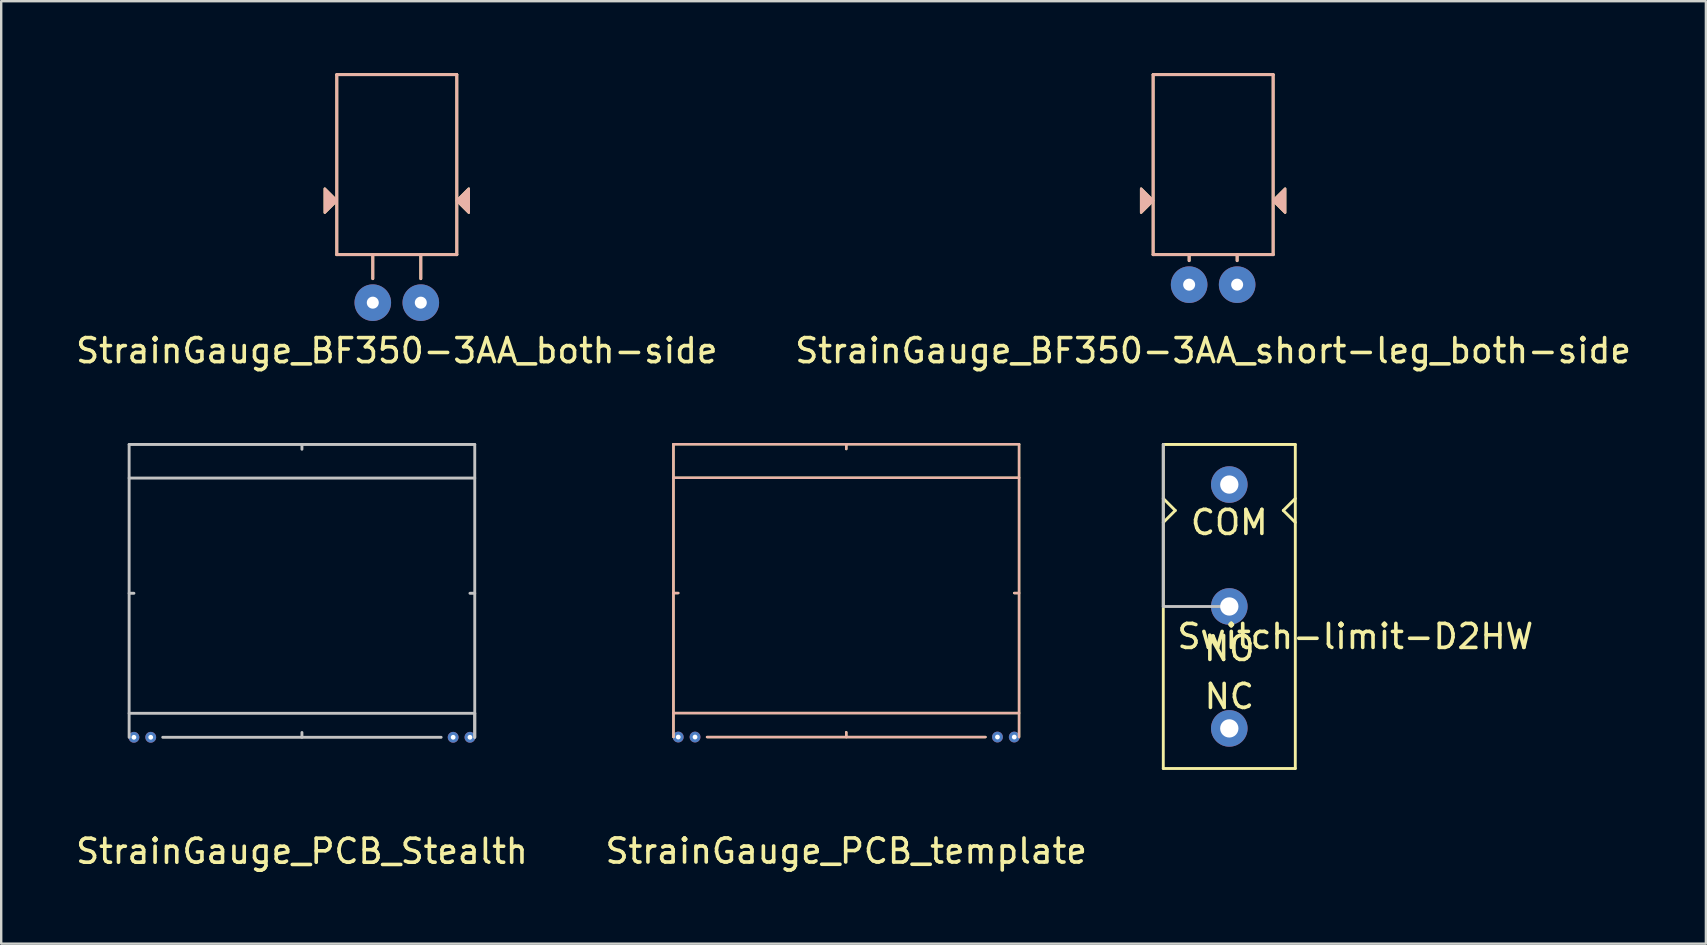
<source format=kicad_pcb>
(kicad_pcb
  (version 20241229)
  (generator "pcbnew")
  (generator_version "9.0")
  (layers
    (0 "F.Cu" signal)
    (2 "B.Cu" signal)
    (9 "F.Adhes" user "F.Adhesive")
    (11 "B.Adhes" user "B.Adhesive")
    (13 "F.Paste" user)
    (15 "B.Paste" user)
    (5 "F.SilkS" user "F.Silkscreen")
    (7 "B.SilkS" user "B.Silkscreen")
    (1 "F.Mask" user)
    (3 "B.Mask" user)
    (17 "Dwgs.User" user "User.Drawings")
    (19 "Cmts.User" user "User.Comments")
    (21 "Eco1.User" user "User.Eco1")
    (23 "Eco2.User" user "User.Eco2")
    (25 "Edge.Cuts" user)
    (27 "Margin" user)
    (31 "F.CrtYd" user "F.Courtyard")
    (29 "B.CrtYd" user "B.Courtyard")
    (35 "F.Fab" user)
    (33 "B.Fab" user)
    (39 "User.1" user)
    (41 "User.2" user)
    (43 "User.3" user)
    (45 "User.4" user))
  (footprint "StrainGauge_PCB_template"
    (layer "F.Cu")
    (at 32.208 27.658)
    (property "Reference" "StrainGauge_PCB_template" (at 0 4.75 0) (layer "F.SilkS") (effects (font (size 1 1) (thickness 0.15))))
    (attr through_hole)
    (fp_line (start -7.2 -12.2) (end -7.2 0) (stroke (width 0.1) (type solid)) (layer "F.SilkS"))
    (fp_line (start -7.2 -10.8) (end 7.2 -10.8) (stroke (width 0.1) (type solid)) (layer "F.SilkS"))
    (fp_line (start -7.2 -6) (end -7 -6) (stroke (width 0.1) (type solid)) (layer "F.SilkS"))
    (fp_line (start -7.2 -1) (end 7.2 -1) (stroke (width 0.1) (type solid)) (layer "F.SilkS"))
    (fp_line (start -5.8 0) (end 5.8 0) (stroke (width 0.1) (type solid)) (layer "F.SilkS"))
    (fp_line (start 0 -12.2) (end 0 -12) (stroke (width 0.1) (type solid)) (layer "F.SilkS"))
    (fp_line (start 0 -0.2) (end 0 0) (stroke (width 0.1) (type solid)) (layer "F.SilkS"))
    (fp_line (start 7 -6) (end 7.2 -6) (stroke (width 0.1) (type solid)) (layer "F.SilkS"))
    (fp_line (start 7.2 -12.2) (end -7.2 -12.2) (stroke (width 0.1) (type solid)) (layer "F.SilkS"))
    (fp_line (start 7.2 0) (end 7.2 -12.2) (stroke (width 0.1) (type solid)) (layer "F.SilkS"))
    (fp_line (start -7.2 -12.2) (end 7.2 -12.2) (stroke (width 0.1) (type solid)) (layer "B.SilkS"))
    (fp_line (start -7.2 -6) (end -7 -6) (stroke (width 0.1) (type solid)) (layer "B.SilkS"))
    (fp_line (start -7.2 -1) (end 7.2 -1) (stroke (width 0.1) (type solid)) (layer "B.SilkS"))
    (fp_line (start -7.2 0) (end -7.2 -12.2) (stroke (width 0.1) (type solid)) (layer "B.SilkS"))
    (fp_line (start 0 -12) (end 0 -12.2) (stroke (width 0.1) (type solid)) (layer "B.SilkS"))
    (fp_line (start 0 0) (end 0 -0.2) (stroke (width 0.1) (type solid)) (layer "B.SilkS"))
    (fp_line (start 5.8 0) (end -5.8 0) (stroke (width 0.1) (type solid)) (layer "B.SilkS"))
    (fp_line (start 7.2 -12.2) (end 7.2 0) (stroke (width 0.1) (type solid)) (layer "B.SilkS"))
    (fp_line (start 7.2 -10.8) (end -7.2 -10.8) (stroke (width 0.1) (type solid)) (layer "B.SilkS"))
    (fp_line (start 7.2 -6) (end 7 -6) (stroke (width 0.1) (type solid)) (layer "B.SilkS"))
    (pad "1" thru_hole circle (at -7 0) (size 0.45 0.45) (drill 0.2) (layers "*.Cu" "*.Mask"))
    (pad "2" thru_hole circle (at 6.3 0) (size 0.45 0.45) (drill 0.2) (layers "*.Cu" "*.Mask"))
    (pad "3" thru_hole circle (at -6.3 0) (size 0.45 0.45) (drill 0.2) (layers "*.Cu" "*.Mask"))
    (pad "4" thru_hole circle (at 7 0) (size 0.45 0.45) (drill 0.2) (layers "*.Cu" "*.Mask")))
  (footprint "StrainGauge_PCB_Stealth"
    (layer "F.Cu")
    (at 9.53 27.668)
    (property "Reference" "StrainGauge_PCB_Stealth" (at 0 4.75 0) (layer "F.SilkS") (effects (font (size 1 1) (thickness 0.15))))
    (attr through_hole)
    (fp_line (start -7.2 -12.2) (end 7.2 -12.2) (stroke (width 0.12) (type solid)) (layer "Dwgs.User"))
    (fp_line (start -7.2 -6) (end -7 -6) (stroke (width 0.12) (type solid)) (layer "Dwgs.User"))
    (fp_line (start -7.2 0) (end -7.2 -12.2) (stroke (width 0.12) (type solid)) (layer "Dwgs.User"))
    (fp_line (start -5.8 0) (end 5.8 0) (stroke (width 0.12) (type solid)) (layer "Dwgs.User"))
    (fp_line (start 0 -12.2) (end 0 -12) (stroke (width 0.12) (type solid)) (layer "Dwgs.User"))
    (fp_line (start 0 -0.2) (end 0 0) (stroke (width 0.12) (type solid)) (layer "Dwgs.User"))
    (fp_line (start 7.2 -12.2) (end 7.2 0) (stroke (width 0.12) (type solid)) (layer "Dwgs.User"))
    (fp_line (start 7.2 -10.8) (end -7.2 -10.8) (stroke (width 0.12) (type solid)) (layer "Dwgs.User"))
    (fp_line (start 7.2 -6) (end 7 -6) (stroke (width 0.12) (type solid)) (layer "Dwgs.User"))
    (fp_line (start 7.2 -1) (end -7.2 -1) (stroke (width 0.12) (type solid)) (layer "Dwgs.User"))
    (fp_line (start 7.2 0) (end 7.2 -1) (stroke (width 0.12) (type solid)) (layer "Dwgs.User"))
    (pad "1" thru_hole circle (at -7 0) (size 0.45 0.45) (drill 0.2) (layers "*.Cu" "*.Mask"))
    (pad "2" thru_hole circle (at 6.3 0) (size 0.45 0.45) (drill 0.2) (layers "*.Cu" "*.Mask"))
    (pad "3" thru_hole circle (at -6.3 0) (size 0.45 0.45) (drill 0.2) (layers "*.Cu" "*.Mask"))
    (pad "4" thru_hole circle (at 7 0) (size 0.45 0.45) (drill 0.2) (layers "*.Cu" "*.Mask")))
  (footprint "StrainGauge_BF350-3AA_short-leg_both-side"
    (layer "F.Cu")
    (at 47.494 5.31)
    (property "Reference" "StrainGauge_BF350-3AA_short-leg_both-side" (at 0 6.25 0) (layer "F.SilkS") (effects (font (size 1 1) (thickness 0.15))))
    (attr through_hole)
    (fp_line (start -2.5 -5.25) (end -2.5 2.25) (stroke (width 0.12) (type solid)) (layer "F.SilkS"))
    (fp_line (start -2.5 2.25) (end 2.5 2.25) (stroke (width 0.12) (type solid)) (layer "F.SilkS"))
    (fp_line (start -1 2.5) (end -1 2.25) (stroke (width 0.12) (type solid)) (layer "F.SilkS"))
    (fp_line (start 1 2.5) (end 1 2.25) (stroke (width 0.12) (type solid)) (layer "F.SilkS"))
    (fp_line (start 2.5 -5.25) (end -2.5 -5.25) (stroke (width 0.12) (type solid)) (layer "F.SilkS"))
    (fp_line (start 2.5 2.25) (end 2.5 -5.25) (stroke (width 0.12) (type solid)) (layer "F.SilkS"))
    (fp_poly (pts (xy -2.5 0) (xy -3 0.5) (xy -3 -0.5)) (stroke (width 0.1) (type solid)) (fill yes) (layer "F.SilkS"))
    (fp_poly (pts (xy 3 0.5) (xy 2.5 0) (xy 3 -0.5)) (stroke (width 0.1) (type solid)) (fill yes) (layer "F.SilkS"))
    (fp_line (start -2.5 -5.25) (end 2.5 -5.25) (stroke (width 0.12) (type solid)) (layer "B.SilkS"))
    (fp_line (start -2.5 2.25) (end -2.5 -5.25) (stroke (width 0.12) (type solid)) (layer "B.SilkS"))
    (fp_line (start -1 2.25) (end -1 2.5) (stroke (width 0.12) (type solid)) (layer "B.SilkS"))
    (fp_line (start 1 2.5) (end 1 2.25) (stroke (width 0.12) (type solid)) (layer "B.SilkS"))
    (fp_line (start 2.5 -5.25) (end 2.5 2.25) (stroke (width 0.12) (type solid)) (layer "B.SilkS"))
    (fp_line (start 2.5 2.25) (end -2.5 2.25) (stroke (width 0.12) (type solid)) (layer "B.SilkS"))
    (fp_poly (pts (xy -2.5 0) (xy -3 0.5) (xy -3 -0.5)) (stroke (width 0.1) (type solid)) (fill yes) (layer "B.SilkS"))
    (fp_poly (pts (xy 3 0.5) (xy 2.5 0) (xy 3 -0.5)) (stroke (width 0.1) (type solid)) (fill yes) (layer "B.SilkS"))
    (pad "1" thru_hole circle (at -1 3.5) (size 1.524 1.524) (drill 0.5) (layers "*.Cu" "*.Mask"))
    (pad "2" thru_hole circle (at 1 3.5) (size 1.524 1.524) (drill 0.5) (layers "*.Cu" "*.Mask")))
  (footprint "Switch-limit-D2HW"
    (layer "F.Cu")
    (at 48.167 22.218)
    (property "Reference" "Switch-limit-D2HW" (at 5.25 1.25 0) (layer "F.SilkS") (effects (font (size 1 1) (thickness 0.15))))
    (attr through_hole)
    (fp_line (start -2.75 -6.75) (end 2.75 -6.75) (stroke (width 0.12) (type solid)) (layer "F.SilkS"))
    (fp_line (start -2.75 -3.5) (end -2.25 -4) (stroke (width 0.12) (type solid)) (layer "F.SilkS"))
    (fp_line (start -2.75 6.75) (end -2.75 -6.75) (stroke (width 0.12) (type solid)) (layer "F.SilkS"))
    (fp_line (start -2.25 -4) (end -2.75 -4.5) (stroke (width 0.12) (type solid)) (layer "F.SilkS"))
    (fp_line (start 2.25 -4) (end 2.75 -3.5) (stroke (width 0.12) (type solid)) (layer "F.SilkS"))
    (fp_line (start 2.75 -6.75) (end 2.75 6.75) (stroke (width 0.12) (type solid)) (layer "F.SilkS"))
    (fp_line (start 2.75 -4.5) (end 2.25 -4) (stroke (width 0.12) (type solid)) (layer "F.SilkS"))
    (fp_line (start 2.75 6.75) (end -2.75 6.75) (stroke (width 0.12) (type solid)) (layer "F.SilkS"))
    (fp_line (start -2.75 0) (end -2.75 -6.75) (stroke (width 0.12) (type solid)) (layer "Dwgs.User"))
    (fp_line (start 0 0) (end -2.75 0) (stroke (width 0.12) (type solid)) (layer "Dwgs.User"))
    (fp_text user "COM" (at 0 -3.5 0) (layer "F.SilkS") (effects (font (size 1 1) (thickness 0.15))))
    (fp_text user "NO" (at 0 1.75 0) (layer "F.SilkS") (effects (font (size 1 1) (thickness 0.15))))
    (fp_text user "NC" (at 0 3.75 0) (layer "F.SilkS") (effects (font (size 1 1) (thickness 0.15))))
    (pad "1" thru_hole circle (at 0 -5.08) (size 1.524 1.524) (drill 0.762) (layers "*.Cu" "*.Mask"))
    (pad "2" thru_hole circle (at 0 5.08) (size 1.524 1.524) (drill 0.762) (layers "*.Cu" "*.Mask"))
    (pad "3" thru_hole circle (at 0 0) (size 1.524 1.524) (drill 0.762) (layers "*.Cu" "*.Mask")))
  (footprint "StrainGauge_BF350-3AA_both-side"
    (layer "F.Cu")
    (at 13.482 5.31)
    (property "Reference" "StrainGauge_BF350-3AA_both-side" (at 0 6.25 0) (layer "F.SilkS") (effects (font (size 1 1) (thickness 0.15))))
    (attr through_hole)
    (fp_line (start -2.5 -5.25) (end -2.5 2.25) (stroke (width 0.12) (type solid)) (layer "F.SilkS"))
    (fp_line (start -2.5 2.25) (end 2.5 2.25) (stroke (width 0.12) (type solid)) (layer "F.SilkS"))
    (fp_line (start -1 3.25) (end -1 2.25) (stroke (width 0.12) (type solid)) (layer "F.SilkS"))
    (fp_line (start 1 3.25) (end 1 2.25) (stroke (width 0.12) (type solid)) (layer "F.SilkS"))
    (fp_line (start 2.5 -5.25) (end -2.5 -5.25) (stroke (width 0.12) (type solid)) (layer "F.SilkS"))
    (fp_line (start 2.5 2.25) (end 2.5 -5.25) (stroke (width 0.12) (type solid)) (layer "F.SilkS"))
    (fp_poly (pts (xy -2.5 0) (xy -3 0.5) (xy -3 -0.5)) (stroke (width 0.1) (type solid)) (fill yes) (layer "F.SilkS"))
    (fp_poly (pts (xy 3 0.5) (xy 2.5 0) (xy 3 -0.5)) (stroke (width 0.1) (type solid)) (fill yes) (layer "F.SilkS"))
    (fp_line (start -2.5 -5.25) (end 2.5 -5.25) (stroke (width 0.12) (type solid)) (layer "B.SilkS"))
    (fp_line (start -2.5 2.25) (end -2.5 -5.25) (stroke (width 0.12) (type solid)) (layer "B.SilkS"))
    (fp_line (start -1 2.25) (end -1 3.25) (stroke (width 0.12) (type solid)) (layer "B.SilkS"))
    (fp_line (start 1 3.25) (end 1 2.25) (stroke (width 0.12) (type solid)) (layer "B.SilkS"))
    (fp_line (start 2.5 -5.25) (end 2.5 2.25) (stroke (width 0.12) (type solid)) (layer "B.SilkS"))
    (fp_line (start 2.5 2.25) (end -2.5 2.25) (stroke (width 0.12) (type solid)) (layer "B.SilkS"))
    (fp_poly (pts (xy -2.5 0) (xy -3 0.5) (xy -3 -0.5)) (stroke (width 0.1) (type solid)) (fill yes) (layer "B.SilkS"))
    (fp_poly (pts (xy 3 0.5) (xy 2.5 0) (xy 3 -0.5)) (stroke (width 0.1) (type solid)) (fill yes) (layer "B.SilkS"))
    (pad "1" thru_hole circle (at -1 4.25) (size 1.524 1.524) (drill 0.5) (layers "*.Cu" "*.Mask"))
    (pad "2" thru_hole circle (at 1 4.25) (size 1.524 1.524) (drill 0.5) (layers "*.Cu" "*.Mask")))
  (gr_rect
    (start -3 -3)
    (end 68.024 36.267)
    (stroke (width 0.1) (type default))
    (fill no)
    (layer "Edge.Cuts")))
</source>
